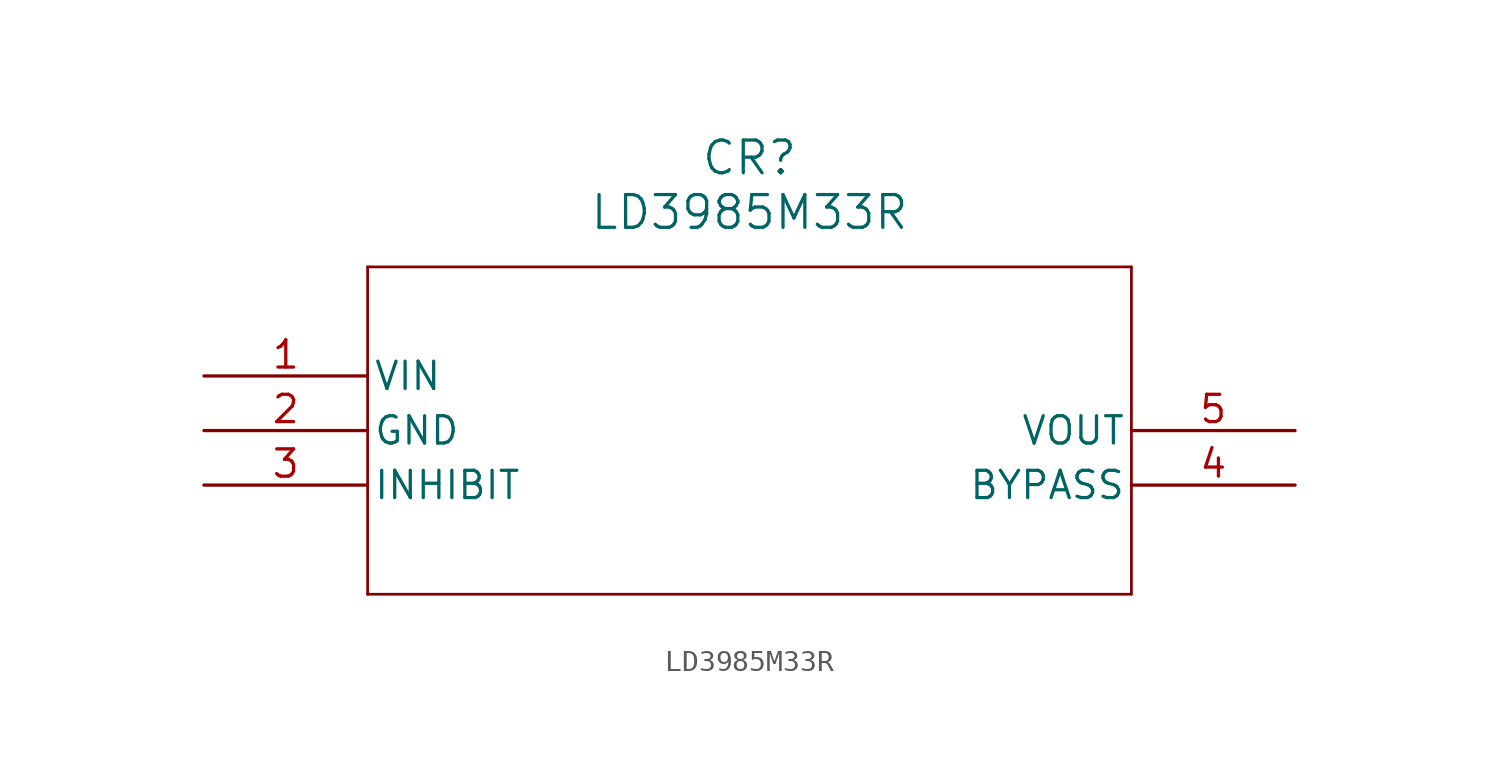
<source format=kicad_sym>
(kicad_symbol_lib
  (version 20211014)
  (generator kicad_symbol_editor)
  (symbol "LD3985M33R"
    (pin_names
      (offset 0.254))
    (property "Reference" "CR"
      (at 25.4 10.16 0)
      (effects (font (size 1.524 1.524))))
    (property "Value" "LD3985M33R"
      (at 25.4 7.62 0)
      (effects (font (size 1.524 1.524))))
    (symbol "LD3985M33R_0_1"
      (polyline (pts (xy 7.62 5.08) (xy 7.62 -10.16)) (stroke (width 0.127) (type default) (color 0 0 0 0)) (fill (type none)))
      (polyline (pts (xy 7.62 -10.16) (xy 43.18 -10.16)) (stroke (width 0.127) (type default) (color 0 0 0 0)) (fill (type none)))
      (polyline (pts (xy 43.18 -10.16) (xy 43.18 5.08)) (stroke (width 0.127) (type default) (color 0 0 0 0)) (fill (type none)))
      (polyline (pts (xy 43.18 5.08) (xy 7.62 5.08)) (stroke (width 0.127) (type default) (color 0 0 0 0)) (fill (type none)))
      (pin power_in line (at 0 0 0) (length 7.62) (name "VIN" (effects (font (size 1.27 1.27)))) (number "1" (effects (font (size 1.27 1.27)))))
      (pin power_out line (at 0 -2.54 0) (length 7.62) (name "GND" (effects (font (size 1.27 1.27)))) (number "2" (effects (font (size 1.27 1.27)))))
      (pin input line (at 0 -5.08 0) (length 7.62) (name "INHIBIT" (effects (font (size 1.27 1.27)))) (number "3" (effects (font (size 1.27 1.27)))))
      (pin unspecified line (at 50.8 -5.08 180) (length 7.62) (name "BYPASS" (effects (font (size 1.27 1.27)))) (number "4" (effects (font (size 1.27 1.27)))))
      (pin power_in line (at 50.8 -2.54 180) (length 7.62) (name "VOUT" (effects (font (size 1.27 1.27)))) (number "5" (effects (font (size 1.27 1.27))))))))
</source>
